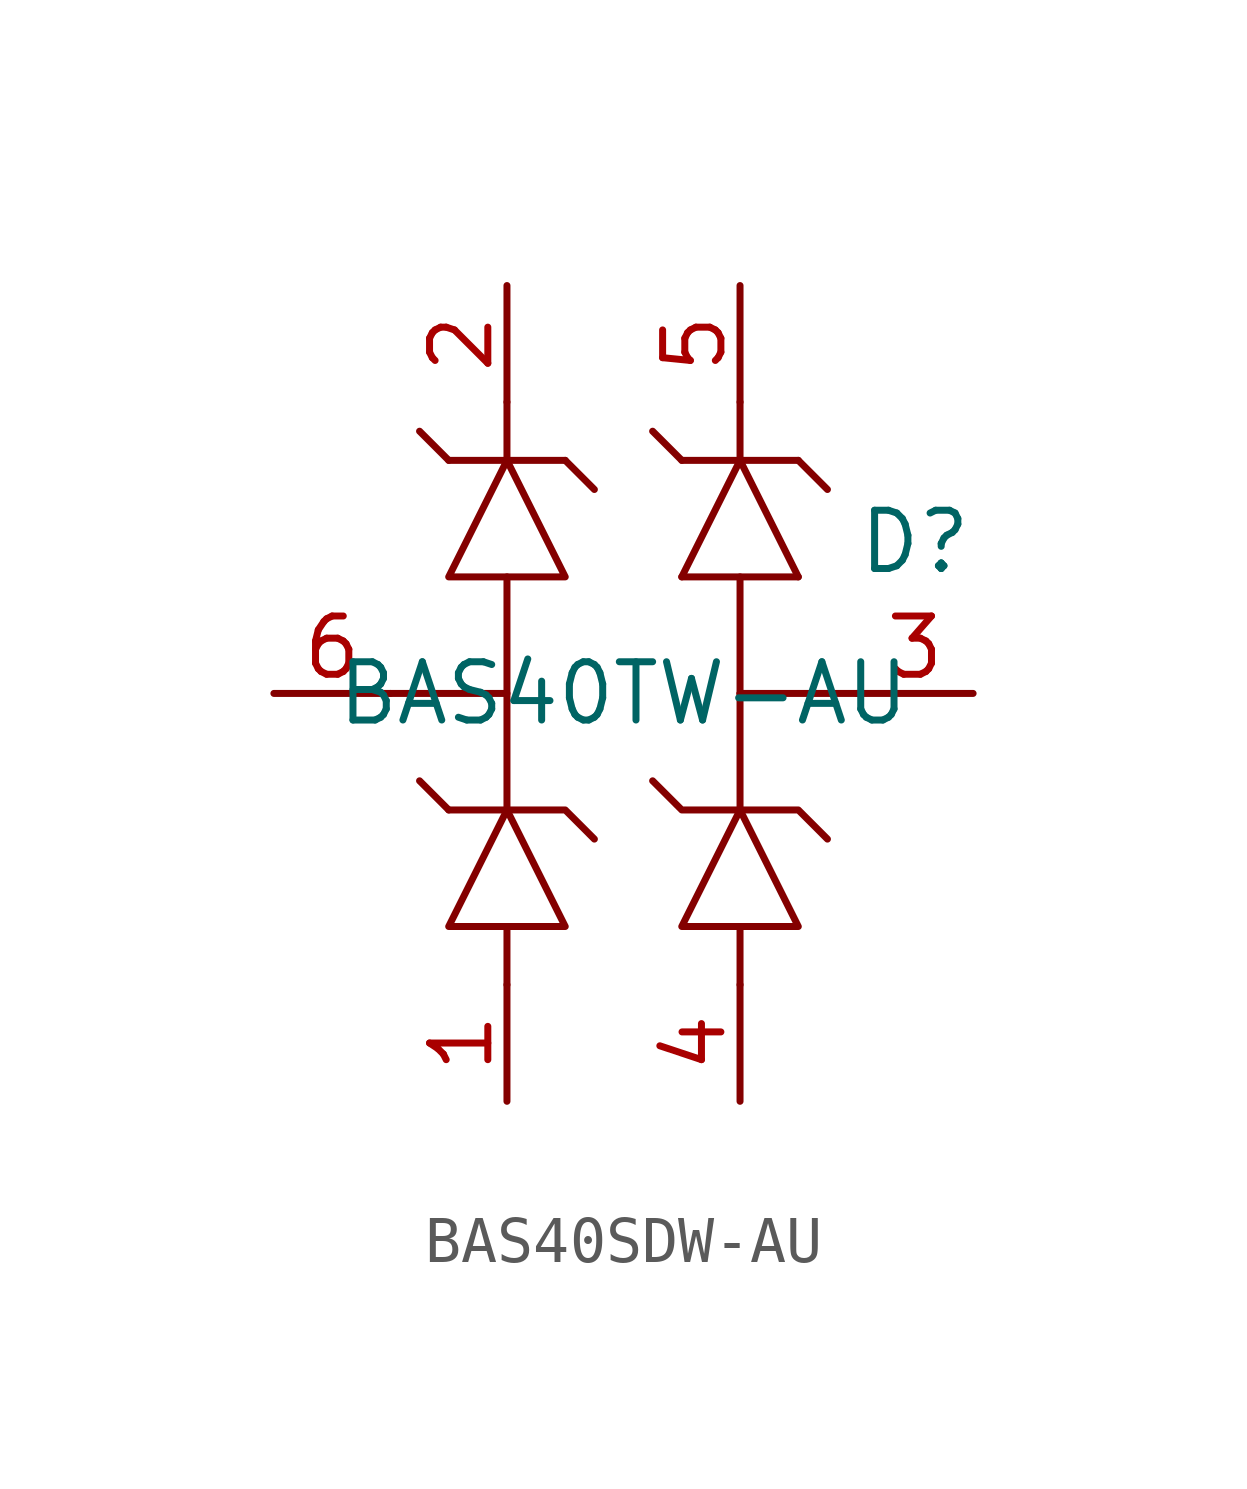
<source format=kicad_sym>
(kicad_symbol_lib
  (version 20241209)
  (generator "kicad_symbol_editor")
  (generator_version "9.0")
  (symbol "BAS40SDW-AU"
    (property "Reference" "D"
      (at 6.35 3.302 0)
      (effects (font (size 1.27 1.27))))
    (property "Value" "BAS40TW-AU"
      (at 0 0 0)
      (effects (font (size 1.27 1.27))))
    (symbol "BAS40SDW-AU_0_1"
      (polyline (pts (xy -5.08 0) (xy -2.54 0) (xy -2.54 2.54)) (stroke (width 0) (type default)) (fill (type none)))
      (polyline (pts (xy -3.81 5.08) (xy -4.445 5.715)) (stroke (width 0) (type default)) (fill (type none)))
      (polyline (pts (xy -3.81 5.08) (xy -1.27 5.08)) (stroke (width 0) (type default)) (fill (type none)))
      (polyline (pts (xy -3.81 -2.54) (xy -4.445 -1.905)) (stroke (width 0) (type default)) (fill (type none)))
      (polyline (pts (xy -3.81 -2.54) (xy -1.27 -2.54) (xy -0.635 -3.175)) (stroke (width 0) (type default)) (fill (type none)))
      (polyline (pts (xy -2.54 5.08) (xy -2.54 6.35)) (stroke (width 0) (type default)) (fill (type none)))
      (polyline (pts (xy -2.54 0) (xy -2.54 -2.54)) (stroke (width 0) (type default)) (fill (type none)))
      (polyline (pts (xy -2.54 -2.54) (xy -3.81 -5.08) (xy -1.27 -5.08) (xy -2.54 -2.54)) (stroke (width 0) (type default)) (fill (type none)))
      (polyline (pts (xy -2.54 -5.08) (xy -2.54 -6.35)) (stroke (width 0) (type default)) (fill (type none)))
      (polyline (pts (xy -1.27 5.08) (xy -0.635 4.445)) (stroke (width 0) (type default)) (fill (type none)))
      (polyline (pts (xy -1.27 2.54) (xy -3.81 2.54) (xy -2.54 5.08) (xy -1.27 2.54)) (stroke (width 0) (type default)) (fill (type none)))
      (polyline (pts (xy 0.635 -1.905) (xy 1.27 -2.54) (xy 3.81 -2.54) (xy 4.445 -3.175)) (stroke (width 0) (type default)) (fill (type none)))
      (polyline (pts (xy 1.27 5.08) (xy 0.635 5.715)) (stroke (width 0) (type default)) (fill (type none)))
      (polyline (pts (xy 1.27 5.08) (xy 3.81 5.08)) (stroke (width 0) (type default)) (fill (type none)))
      (polyline (pts (xy 1.27 2.54) (xy 3.81 2.54)) (stroke (width 0) (type default)) (fill (type none)))
      (polyline (pts (xy 1.27 2.54) (xy 2.54 5.08) (xy 3.81 2.54)) (stroke (width 0) (type default)) (fill (type none)))
      (polyline (pts (xy 2.54 5.08) (xy 2.54 6.35)) (stroke (width 0) (type default)) (fill (type none)))
      (polyline (pts (xy 2.54 0) (xy 2.54 2.54)) (stroke (width 0) (type default)) (fill (type none)))
      (polyline (pts (xy 2.54 0) (xy 2.54 -2.54)) (stroke (width 0) (type default)) (fill (type none)))
      (polyline (pts (xy 2.54 0) (xy 5.08 0)) (stroke (width 0) (type default)) (fill (type none)))
      (polyline (pts (xy 2.54 -2.54) (xy 1.27 -5.08) (xy 3.81 -5.08) (xy 2.54 -2.54)) (stroke (width 0) (type default)) (fill (type none)))
      (polyline (pts (xy 2.54 -5.08) (xy 2.54 -6.35)) (stroke (width 0) (type default)) (fill (type none)))
      (polyline (pts (xy 3.81 5.08) (xy 4.445 4.445)) (stroke (width 0) (type default)) (fill (type none))))
    (symbol "BAS40SDW-AU_1_1"
      (pin passive line (at -7.62 0 0) (length 2.54) (name "" (effects (font (size 1.27 1.27)))) (number "6" (effects (font (size 1.27 1.27)))))
      (pin passive line (at -2.54 8.89 270) (length 2.54) (name "" (effects (font (size 1.27 1.27)))) (number "2" (effects (font (size 1.27 1.27)))))
      (pin passive line (at -2.54 -8.89 90) (length 2.54) (name "" (effects (font (size 1.27 1.27)))) (number "1" (effects (font (size 1.27 1.27)))))
      (pin passive line (at 2.54 8.89 270) (length 2.54) (name "" (effects (font (size 1.27 1.27)))) (number "5" (effects (font (size 1.27 1.27)))))
      (pin passive line (at 2.54 -8.89 90) (length 2.54) (name "" (effects (font (size 1.27 1.27)))) (number "4" (effects (font (size 1.27 1.27)))))
      (pin passive line (at 7.62 0 180) (length 2.54) (name "" (effects (font (size 1.27 1.27)))) (number "3" (effects (font (size 1.27 1.27))))))))
</source>
